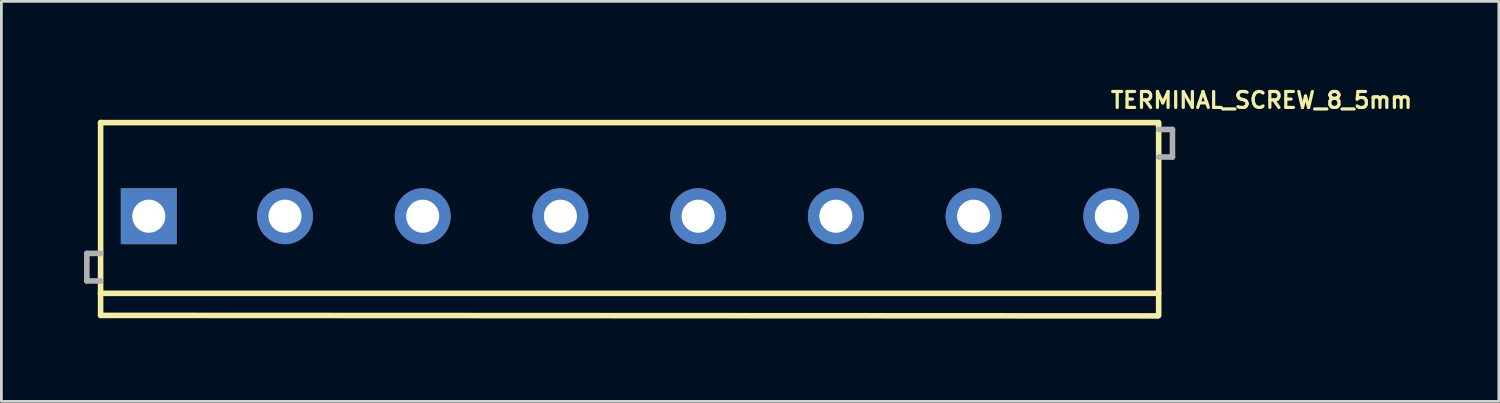
<source format=kicad_pcb>
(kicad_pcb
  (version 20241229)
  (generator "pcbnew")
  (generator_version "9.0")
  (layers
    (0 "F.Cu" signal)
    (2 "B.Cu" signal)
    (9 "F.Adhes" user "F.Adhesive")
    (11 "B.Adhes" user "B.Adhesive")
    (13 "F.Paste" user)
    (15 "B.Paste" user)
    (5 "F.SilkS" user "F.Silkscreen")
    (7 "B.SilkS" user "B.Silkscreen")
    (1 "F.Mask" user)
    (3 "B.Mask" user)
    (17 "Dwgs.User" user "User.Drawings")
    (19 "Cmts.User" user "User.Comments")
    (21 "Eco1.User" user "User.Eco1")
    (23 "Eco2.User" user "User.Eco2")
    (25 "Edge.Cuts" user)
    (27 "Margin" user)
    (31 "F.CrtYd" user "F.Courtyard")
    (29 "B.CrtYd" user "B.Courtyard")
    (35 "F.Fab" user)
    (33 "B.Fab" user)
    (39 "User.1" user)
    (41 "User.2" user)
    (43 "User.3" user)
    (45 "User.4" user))
  (footprint "TERMINAL_SCREW_8_5mm"
    (layer "F.Cu")
    (at 2.352 4.8)
    (property "Reference" "TERMINAL_SCREW_8_5mm" (at 34.861 -3.873 180) (layer "F.SilkS") (effects (font (size 0.579 0.579) (thickness 0.116)) (justify left bottom)))
    (attr through_hole)
    (fp_line (start -1.75 -3.4) (end 36.639 -3.4) (stroke (width 0.203) (type solid)) (layer "F.SilkS"))
    (fp_line (start -1.75 2.8) (end -1.75 -3.4) (stroke (width 0.203) (type solid)) (layer "F.SilkS"))
    (fp_line (start -1.75 3.6) (end -1.75 2.8) (stroke (width 0.203) (type solid)) (layer "F.SilkS"))
    (fp_line (start 36.639 2.8) (end -1.75 2.8) (stroke (width 0.203) (type solid)) (layer "F.SilkS"))
    (fp_line (start 36.639 3.619) (end -1.75 3.6) (stroke (width 0.203) (type solid)) (layer "F.SilkS"))
    (fp_line (start 36.664 -3.4) (end 36.664 2.8) (stroke (width 0.203) (type solid)) (layer "F.SilkS"))
    (fp_line (start 36.664 2.8) (end 36.664 3.6) (stroke (width 0.203) (type solid)) (layer "F.SilkS"))
    (fp_line (start -2.25 1.35) (end -2.25 2.35) (stroke (width 0.203) (type solid)) (layer "F.Fab"))
    (fp_line (start -2.25 2.35) (end -1.75 2.35) (stroke (width 0.203) (type solid)) (layer "F.Fab"))
    (fp_line (start -1.75 1.35) (end -2.25 1.35) (stroke (width 0.203) (type solid)) (layer "F.Fab"))
    (fp_line (start 36.664 -3.15) (end 37.164 -3.15) (stroke (width 0.203) (type solid)) (layer "F.Fab"))
    (fp_line (start 37.164 -3.15) (end 37.164 -2.15) (stroke (width 0.203) (type solid)) (layer "F.Fab"))
    (fp_line (start 37.164 -2.15) (end 36.664 -2.15) (stroke (width 0.203) (type solid)) (layer "F.Fab"))
    (fp_circle (center 0 0) (end 0.425 0) (stroke (width 0.001) (type solid)) (fill no) (layer "F.Fab"))
    (pad "1" thru_hole rect (at 0 0) (size 2.032 2.032) (drill 1.2) (layers "*.Cu" "*.Mask"))
    (pad "2" thru_hole circle (at 4.944 0) (size 2.032 2.032) (drill 1.2) (layers "*.Cu" "*.Mask"))
    (pad "3" thru_hole circle (at 9.944 0) (size 2.032 2.032) (drill 1.2) (layers "*.Cu" "*.Mask"))
    (pad "4" thru_hole circle (at 14.944 0) (size 2.032 2.032) (drill 1.2) (layers "*.Cu" "*.Mask"))
    (pad "5" thru_hole circle (at 19.944 0) (size 2.032 2.032) (drill 1.2) (layers "*.Cu" "*.Mask"))
    (pad "6" thru_hole circle (at 24.944 0) (size 2.032 2.032) (drill 1.2) (layers "*.Cu" "*.Mask"))
    (pad "7" thru_hole circle (at 29.944 0) (size 2.032 2.032) (drill 1.2) (layers "*.Cu" "*.Mask"))
    (pad "8" thru_hole circle (at 34.944 0) (size 2.032 2.032) (drill 1.2) (layers "*.Cu" "*.Mask")))
  (gr_rect
    (start -3 -3)
    (end 51.365 11.521)
    (stroke (width 0.1) (type default))
    (fill no)
    (layer "Edge.Cuts")))
</source>
